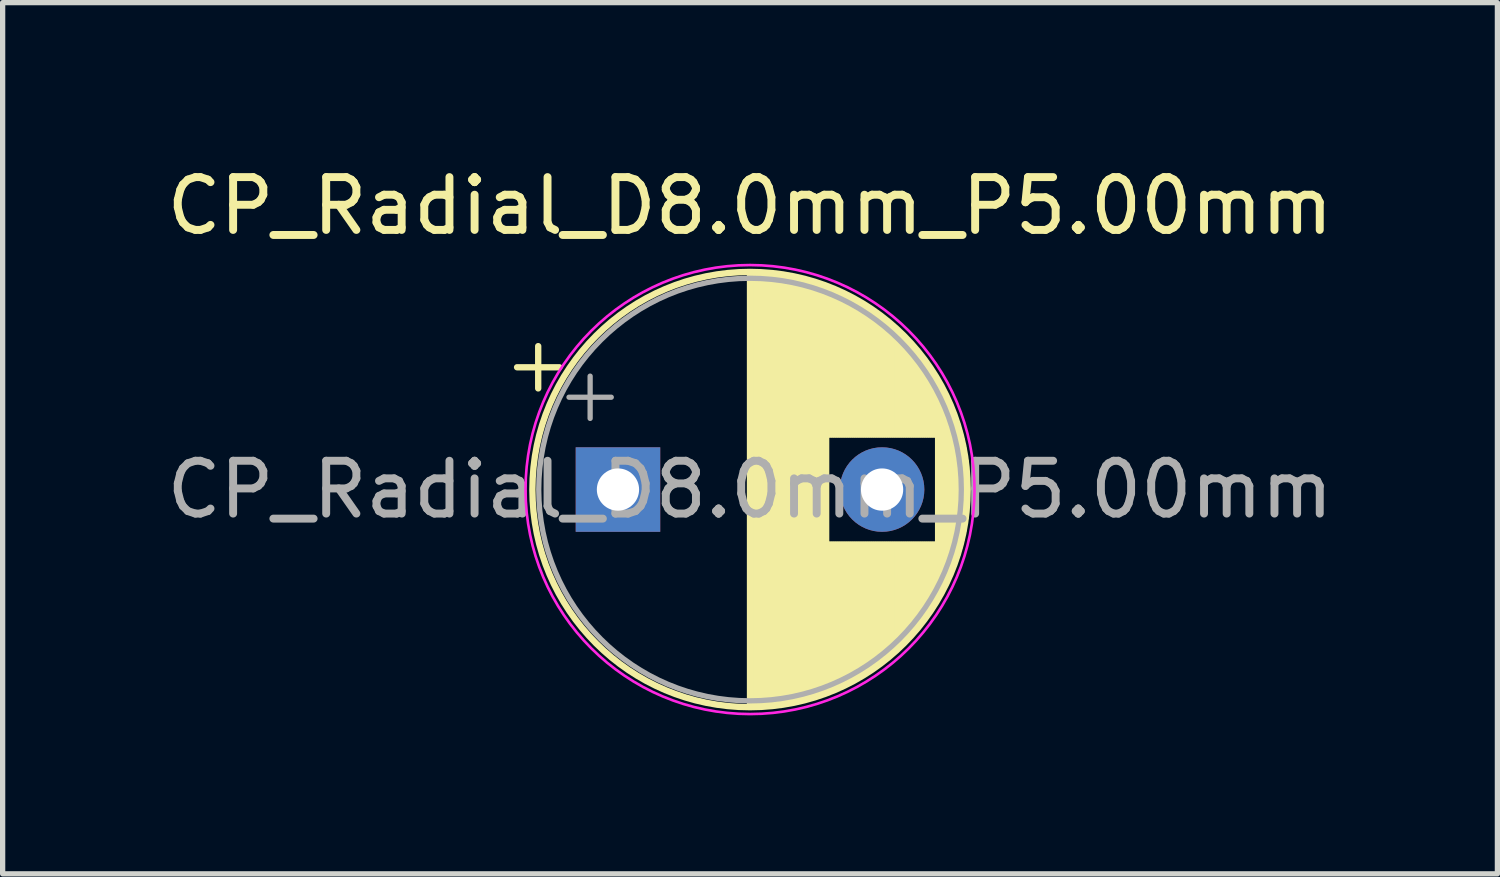
<source format=kicad_pcb>
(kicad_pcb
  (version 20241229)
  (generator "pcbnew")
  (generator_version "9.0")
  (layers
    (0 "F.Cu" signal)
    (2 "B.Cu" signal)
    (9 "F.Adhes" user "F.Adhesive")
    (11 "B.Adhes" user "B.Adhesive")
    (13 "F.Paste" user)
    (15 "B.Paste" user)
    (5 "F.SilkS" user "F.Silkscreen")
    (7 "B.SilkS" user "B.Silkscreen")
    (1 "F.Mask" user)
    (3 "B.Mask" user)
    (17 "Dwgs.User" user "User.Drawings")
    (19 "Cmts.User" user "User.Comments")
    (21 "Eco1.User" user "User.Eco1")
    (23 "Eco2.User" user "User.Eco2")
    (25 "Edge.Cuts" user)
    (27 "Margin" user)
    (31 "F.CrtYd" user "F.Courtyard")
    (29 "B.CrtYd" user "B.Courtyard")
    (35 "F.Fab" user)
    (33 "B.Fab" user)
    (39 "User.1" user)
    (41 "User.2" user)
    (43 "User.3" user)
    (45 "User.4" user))
  (footprint "CP_Radial_D8.0mm_P5.00mm"
    (layer "F.Cu")
    (at 8.649 6.218)
    (property "Reference" "CP_Radial_D8.0mm_P5.00mm" (at 2.5 -5.37 0) (layer "F.SilkS") (effects (font (size 1 1) (thickness 0.15))))
    (attr through_hole)
    (fp_line (start -1.91 -2.315) (end -1.11 -2.315) (stroke (width 0.12) (type solid)) (layer "F.SilkS"))
    (fp_line (start -1.51 -2.715) (end -1.51 -1.915) (stroke (width 0.12) (type solid)) (layer "F.SilkS"))
    (fp_line (start 2.5 -4.08) (end 2.5 4.08) (stroke (width 0.12) (type solid)) (layer "F.SilkS"))
    (fp_line (start 2.54 -4.08) (end 2.54 4.08) (stroke (width 0.12) (type solid)) (layer "F.SilkS"))
    (fp_line (start 2.58 -4.08) (end 2.58 4.08) (stroke (width 0.12) (type solid)) (layer "F.SilkS"))
    (fp_line (start 2.62 -4.079) (end 2.62 4.079) (stroke (width 0.12) (type solid)) (layer "F.SilkS"))
    (fp_line (start 2.66 -4.077) (end 2.66 4.077) (stroke (width 0.12) (type solid)) (layer "F.SilkS"))
    (fp_line (start 2.7 -4.076) (end 2.7 4.076) (stroke (width 0.12) (type solid)) (layer "F.SilkS"))
    (fp_line (start 2.74 -4.074) (end 2.74 4.074) (stroke (width 0.12) (type solid)) (layer "F.SilkS"))
    (fp_line (start 2.78 -4.071) (end 2.78 4.071) (stroke (width 0.12) (type solid)) (layer "F.SilkS"))
    (fp_line (start 2.82 -4.068) (end 2.82 4.068) (stroke (width 0.12) (type solid)) (layer "F.SilkS"))
    (fp_line (start 2.86 -4.065) (end 2.86 4.065) (stroke (width 0.12) (type solid)) (layer "F.SilkS"))
    (fp_line (start 2.9 -4.061) (end 2.9 4.061) (stroke (width 0.12) (type solid)) (layer "F.SilkS"))
    (fp_line (start 2.94 -4.057) (end 2.94 4.057) (stroke (width 0.12) (type solid)) (layer "F.SilkS"))
    (fp_line (start 2.98 -4.052) (end 2.98 4.052) (stroke (width 0.12) (type solid)) (layer "F.SilkS"))
    (fp_line (start 3.02 -4.048) (end 3.02 4.048) (stroke (width 0.12) (type solid)) (layer "F.SilkS"))
    (fp_line (start 3.06 -4.042) (end 3.06 4.042) (stroke (width 0.12) (type solid)) (layer "F.SilkS"))
    (fp_line (start 3.1 -4.037) (end 3.1 4.037) (stroke (width 0.12) (type solid)) (layer "F.SilkS"))
    (fp_line (start 3.14 -4.03) (end 3.14 4.03) (stroke (width 0.12) (type solid)) (layer "F.SilkS"))
    (fp_line (start 3.18 -4.024) (end 3.18 4.024) (stroke (width 0.12) (type solid)) (layer "F.SilkS"))
    (fp_line (start 3.221 -4.017) (end 3.221 4.017) (stroke (width 0.12) (type solid)) (layer "F.SilkS"))
    (fp_line (start 3.261 -4.01) (end 3.261 4.01) (stroke (width 0.12) (type solid)) (layer "F.SilkS"))
    (fp_line (start 3.301 -4.002) (end 3.301 4.002) (stroke (width 0.12) (type solid)) (layer "F.SilkS"))
    (fp_line (start 3.341 -3.994) (end 3.341 3.994) (stroke (width 0.12) (type solid)) (layer "F.SilkS"))
    (fp_line (start 3.381 -3.985) (end 3.381 3.985) (stroke (width 0.12) (type solid)) (layer "F.SilkS"))
    (fp_line (start 3.421 -3.976) (end 3.421 3.976) (stroke (width 0.12) (type solid)) (layer "F.SilkS"))
    (fp_line (start 3.461 -3.967) (end 3.461 3.967) (stroke (width 0.12) (type solid)) (layer "F.SilkS"))
    (fp_line (start 3.501 -3.957) (end 3.501 3.957) (stroke (width 0.12) (type solid)) (layer "F.SilkS"))
    (fp_line (start 3.541 -3.947) (end 3.541 3.947) (stroke (width 0.12) (type solid)) (layer "F.SilkS"))
    (fp_line (start 3.581 -3.936) (end 3.581 3.936) (stroke (width 0.12) (type solid)) (layer "F.SilkS"))
    (fp_line (start 3.621 -3.925) (end 3.621 3.925) (stroke (width 0.12) (type solid)) (layer "F.SilkS"))
    (fp_line (start 3.661 -3.914) (end 3.661 3.914) (stroke (width 0.12) (type solid)) (layer "F.SilkS"))
    (fp_line (start 3.701 -3.902) (end 3.701 3.902) (stroke (width 0.12) (type solid)) (layer "F.SilkS"))
    (fp_line (start 3.741 -3.889) (end 3.741 3.889) (stroke (width 0.12) (type solid)) (layer "F.SilkS"))
    (fp_line (start 3.781 -3.877) (end 3.781 3.877) (stroke (width 0.12) (type solid)) (layer "F.SilkS"))
    (fp_line (start 3.821 -3.863) (end 3.821 3.863) (stroke (width 0.12) (type solid)) (layer "F.SilkS"))
    (fp_line (start 3.861 -3.85) (end 3.861 3.85) (stroke (width 0.12) (type solid)) (layer "F.SilkS"))
    (fp_line (start 3.901 -3.835) (end 3.901 3.835) (stroke (width 0.12) (type solid)) (layer "F.SilkS"))
    (fp_line (start 3.941 -3.821) (end 3.941 3.821) (stroke (width 0.12) (type solid)) (layer "F.SilkS"))
    (fp_line (start 3.981 -3.805) (end 3.981 -1.04) (stroke (width 0.12) (type solid)) (layer "F.SilkS"))
    (fp_line (start 3.981 1.04) (end 3.981 3.805) (stroke (width 0.12) (type solid)) (layer "F.SilkS"))
    (fp_line (start 4.021 -3.79) (end 4.021 -1.04) (stroke (width 0.12) (type solid)) (layer "F.SilkS"))
    (fp_line (start 4.021 1.04) (end 4.021 3.79) (stroke (width 0.12) (type solid)) (layer "F.SilkS"))
    (fp_line (start 4.061 -3.774) (end 4.061 -1.04) (stroke (width 0.12) (type solid)) (layer "F.SilkS"))
    (fp_line (start 4.061 1.04) (end 4.061 3.774) (stroke (width 0.12) (type solid)) (layer "F.SilkS"))
    (fp_line (start 4.101 -3.757) (end 4.101 -1.04) (stroke (width 0.12) (type solid)) (layer "F.SilkS"))
    (fp_line (start 4.101 1.04) (end 4.101 3.757) (stroke (width 0.12) (type solid)) (layer "F.SilkS"))
    (fp_line (start 4.141 -3.74) (end 4.141 -1.04) (stroke (width 0.12) (type solid)) (layer "F.SilkS"))
    (fp_line (start 4.141 1.04) (end 4.141 3.74) (stroke (width 0.12) (type solid)) (layer "F.SilkS"))
    (fp_line (start 4.181 -3.722) (end 4.181 -1.04) (stroke (width 0.12) (type solid)) (layer "F.SilkS"))
    (fp_line (start 4.181 1.04) (end 4.181 3.722) (stroke (width 0.12) (type solid)) (layer "F.SilkS"))
    (fp_line (start 4.221 -3.704) (end 4.221 -1.04) (stroke (width 0.12) (type solid)) (layer "F.SilkS"))
    (fp_line (start 4.221 1.04) (end 4.221 3.704) (stroke (width 0.12) (type solid)) (layer "F.SilkS"))
    (fp_line (start 4.261 -3.686) (end 4.261 -1.04) (stroke (width 0.12) (type solid)) (layer "F.SilkS"))
    (fp_line (start 4.261 1.04) (end 4.261 3.686) (stroke (width 0.12) (type solid)) (layer "F.SilkS"))
    (fp_line (start 4.301 -3.666) (end 4.301 -1.04) (stroke (width 0.12) (type solid)) (layer "F.SilkS"))
    (fp_line (start 4.301 1.04) (end 4.301 3.666) (stroke (width 0.12) (type solid)) (layer "F.SilkS"))
    (fp_line (start 4.341 -3.647) (end 4.341 -1.04) (stroke (width 0.12) (type solid)) (layer "F.SilkS"))
    (fp_line (start 4.341 1.04) (end 4.341 3.647) (stroke (width 0.12) (type solid)) (layer "F.SilkS"))
    (fp_line (start 4.381 -3.627) (end 4.381 -1.04) (stroke (width 0.12) (type solid)) (layer "F.SilkS"))
    (fp_line (start 4.381 1.04) (end 4.381 3.627) (stroke (width 0.12) (type solid)) (layer "F.SilkS"))
    (fp_line (start 4.421 -3.606) (end 4.421 -1.04) (stroke (width 0.12) (type solid)) (layer "F.SilkS"))
    (fp_line (start 4.421 1.04) (end 4.421 3.606) (stroke (width 0.12) (type solid)) (layer "F.SilkS"))
    (fp_line (start 4.461 -3.584) (end 4.461 -1.04) (stroke (width 0.12) (type solid)) (layer "F.SilkS"))
    (fp_line (start 4.461 1.04) (end 4.461 3.584) (stroke (width 0.12) (type solid)) (layer "F.SilkS"))
    (fp_line (start 4.501 -3.562) (end 4.501 -1.04) (stroke (width 0.12) (type solid)) (layer "F.SilkS"))
    (fp_line (start 4.501 1.04) (end 4.501 3.562) (stroke (width 0.12) (type solid)) (layer "F.SilkS"))
    (fp_line (start 4.541 -3.54) (end 4.541 -1.04) (stroke (width 0.12) (type solid)) (layer "F.SilkS"))
    (fp_line (start 4.541 1.04) (end 4.541 3.54) (stroke (width 0.12) (type solid)) (layer "F.SilkS"))
    (fp_line (start 4.581 -3.517) (end 4.581 -1.04) (stroke (width 0.12) (type solid)) (layer "F.SilkS"))
    (fp_line (start 4.581 1.04) (end 4.581 3.517) (stroke (width 0.12) (type solid)) (layer "F.SilkS"))
    (fp_line (start 4.621 -3.493) (end 4.621 -1.04) (stroke (width 0.12) (type solid)) (layer "F.SilkS"))
    (fp_line (start 4.621 1.04) (end 4.621 3.493) (stroke (width 0.12) (type solid)) (layer "F.SilkS"))
    (fp_line (start 4.661 -3.469) (end 4.661 -1.04) (stroke (width 0.12) (type solid)) (layer "F.SilkS"))
    (fp_line (start 4.661 1.04) (end 4.661 3.469) (stroke (width 0.12) (type solid)) (layer "F.SilkS"))
    (fp_line (start 4.701 -3.444) (end 4.701 -1.04) (stroke (width 0.12) (type solid)) (layer "F.SilkS"))
    (fp_line (start 4.701 1.04) (end 4.701 3.444) (stroke (width 0.12) (type solid)) (layer "F.SilkS"))
    (fp_line (start 4.741 -3.418) (end 4.741 -1.04) (stroke (width 0.12) (type solid)) (layer "F.SilkS"))
    (fp_line (start 4.741 1.04) (end 4.741 3.418) (stroke (width 0.12) (type solid)) (layer "F.SilkS"))
    (fp_line (start 4.781 -3.392) (end 4.781 -1.04) (stroke (width 0.12) (type solid)) (layer "F.SilkS"))
    (fp_line (start 4.781 1.04) (end 4.781 3.392) (stroke (width 0.12) (type solid)) (layer "F.SilkS"))
    (fp_line (start 4.821 -3.365) (end 4.821 -1.04) (stroke (width 0.12) (type solid)) (layer "F.SilkS"))
    (fp_line (start 4.821 1.04) (end 4.821 3.365) (stroke (width 0.12) (type solid)) (layer "F.SilkS"))
    (fp_line (start 4.861 -3.338) (end 4.861 -1.04) (stroke (width 0.12) (type solid)) (layer "F.SilkS"))
    (fp_line (start 4.861 1.04) (end 4.861 3.338) (stroke (width 0.12) (type solid)) (layer "F.SilkS"))
    (fp_line (start 4.901 -3.309) (end 4.901 -1.04) (stroke (width 0.12) (type solid)) (layer "F.SilkS"))
    (fp_line (start 4.901 1.04) (end 4.901 3.309) (stroke (width 0.12) (type solid)) (layer "F.SilkS"))
    (fp_line (start 4.941 -3.28) (end 4.941 -1.04) (stroke (width 0.12) (type solid)) (layer "F.SilkS"))
    (fp_line (start 4.941 1.04) (end 4.941 3.28) (stroke (width 0.12) (type solid)) (layer "F.SilkS"))
    (fp_line (start 4.981 -3.25) (end 4.981 -1.04) (stroke (width 0.12) (type solid)) (layer "F.SilkS"))
    (fp_line (start 4.981 1.04) (end 4.981 3.25) (stroke (width 0.12) (type solid)) (layer "F.SilkS"))
    (fp_line (start 5.021 -3.22) (end 5.021 -1.04) (stroke (width 0.12) (type solid)) (layer "F.SilkS"))
    (fp_line (start 5.021 1.04) (end 5.021 3.22) (stroke (width 0.12) (type solid)) (layer "F.SilkS"))
    (fp_line (start 5.061 -3.189) (end 5.061 -1.04) (stroke (width 0.12) (type solid)) (layer "F.SilkS"))
    (fp_line (start 5.061 1.04) (end 5.061 3.189) (stroke (width 0.12) (type solid)) (layer "F.SilkS"))
    (fp_line (start 5.101 -3.156) (end 5.101 -1.04) (stroke (width 0.12) (type solid)) (layer "F.SilkS"))
    (fp_line (start 5.101 1.04) (end 5.101 3.156) (stroke (width 0.12) (type solid)) (layer "F.SilkS"))
    (fp_line (start 5.141 -3.124) (end 5.141 -1.04) (stroke (width 0.12) (type solid)) (layer "F.SilkS"))
    (fp_line (start 5.141 1.04) (end 5.141 3.124) (stroke (width 0.12) (type solid)) (layer "F.SilkS"))
    (fp_line (start 5.181 -3.09) (end 5.181 -1.04) (stroke (width 0.12) (type solid)) (layer "F.SilkS"))
    (fp_line (start 5.181 1.04) (end 5.181 3.09) (stroke (width 0.12) (type solid)) (layer "F.SilkS"))
    (fp_line (start 5.221 -3.055) (end 5.221 -1.04) (stroke (width 0.12) (type solid)) (layer "F.SilkS"))
    (fp_line (start 5.221 1.04) (end 5.221 3.055) (stroke (width 0.12) (type solid)) (layer "F.SilkS"))
    (fp_line (start 5.261 -3.019) (end 5.261 -1.04) (stroke (width 0.12) (type solid)) (layer "F.SilkS"))
    (fp_line (start 5.261 1.04) (end 5.261 3.019) (stroke (width 0.12) (type solid)) (layer "F.SilkS"))
    (fp_line (start 5.301 -2.983) (end 5.301 -1.04) (stroke (width 0.12) (type solid)) (layer "F.SilkS"))
    (fp_line (start 5.301 1.04) (end 5.301 2.983) (stroke (width 0.12) (type solid)) (layer "F.SilkS"))
    (fp_line (start 5.341 -2.945) (end 5.341 -1.04) (stroke (width 0.12) (type solid)) (layer "F.SilkS"))
    (fp_line (start 5.341 1.04) (end 5.341 2.945) (stroke (width 0.12) (type solid)) (layer "F.SilkS"))
    (fp_line (start 5.381 -2.907) (end 5.381 -1.04) (stroke (width 0.12) (type solid)) (layer "F.SilkS"))
    (fp_line (start 5.381 1.04) (end 5.381 2.907) (stroke (width 0.12) (type solid)) (layer "F.SilkS"))
    (fp_line (start 5.421 -2.867) (end 5.421 -1.04) (stroke (width 0.12) (type solid)) (layer "F.SilkS"))
    (fp_line (start 5.421 1.04) (end 5.421 2.867) (stroke (width 0.12) (type solid)) (layer "F.SilkS"))
    (fp_line (start 5.461 -2.826) (end 5.461 -1.04) (stroke (width 0.12) (type solid)) (layer "F.SilkS"))
    (fp_line (start 5.461 1.04) (end 5.461 2.826) (stroke (width 0.12) (type solid)) (layer "F.SilkS"))
    (fp_line (start 5.501 -2.784) (end 5.501 -1.04) (stroke (width 0.12) (type solid)) (layer "F.SilkS"))
    (fp_line (start 5.501 1.04) (end 5.501 2.784) (stroke (width 0.12) (type solid)) (layer "F.SilkS"))
    (fp_line (start 5.541 -2.741) (end 5.541 -1.04) (stroke (width 0.12) (type solid)) (layer "F.SilkS"))
    (fp_line (start 5.541 1.04) (end 5.541 2.741) (stroke (width 0.12) (type solid)) (layer "F.SilkS"))
    (fp_line (start 5.581 -2.697) (end 5.581 -1.04) (stroke (width 0.12) (type solid)) (layer "F.SilkS"))
    (fp_line (start 5.581 1.04) (end 5.581 2.697) (stroke (width 0.12) (type solid)) (layer "F.SilkS"))
    (fp_line (start 5.621 -2.651) (end 5.621 -1.04) (stroke (width 0.12) (type solid)) (layer "F.SilkS"))
    (fp_line (start 5.621 1.04) (end 5.621 2.651) (stroke (width 0.12) (type solid)) (layer "F.SilkS"))
    (fp_line (start 5.661 -2.604) (end 5.661 -1.04) (stroke (width 0.12) (type solid)) (layer "F.SilkS"))
    (fp_line (start 5.661 1.04) (end 5.661 2.604) (stroke (width 0.12) (type solid)) (layer "F.SilkS"))
    (fp_line (start 5.701 -2.556) (end 5.701 -1.04) (stroke (width 0.12) (type solid)) (layer "F.SilkS"))
    (fp_line (start 5.701 1.04) (end 5.701 2.556) (stroke (width 0.12) (type solid)) (layer "F.SilkS"))
    (fp_line (start 5.741 -2.505) (end 5.741 -1.04) (stroke (width 0.12) (type solid)) (layer "F.SilkS"))
    (fp_line (start 5.741 1.04) (end 5.741 2.505) (stroke (width 0.12) (type solid)) (layer "F.SilkS"))
    (fp_line (start 5.781 -2.454) (end 5.781 -1.04) (stroke (width 0.12) (type solid)) (layer "F.SilkS"))
    (fp_line (start 5.781 1.04) (end 5.781 2.454) (stroke (width 0.12) (type solid)) (layer "F.SilkS"))
    (fp_line (start 5.821 -2.4) (end 5.821 -1.04) (stroke (width 0.12) (type solid)) (layer "F.SilkS"))
    (fp_line (start 5.821 1.04) (end 5.821 2.4) (stroke (width 0.12) (type solid)) (layer "F.SilkS"))
    (fp_line (start 5.861 -2.345) (end 5.861 -1.04) (stroke (width 0.12) (type solid)) (layer "F.SilkS"))
    (fp_line (start 5.861 1.04) (end 5.861 2.345) (stroke (width 0.12) (type solid)) (layer "F.SilkS"))
    (fp_line (start 5.901 -2.287) (end 5.901 -1.04) (stroke (width 0.12) (type solid)) (layer "F.SilkS"))
    (fp_line (start 5.901 1.04) (end 5.901 2.287) (stroke (width 0.12) (type solid)) (layer "F.SilkS"))
    (fp_line (start 5.941 -2.228) (end 5.941 -1.04) (stroke (width 0.12) (type solid)) (layer "F.SilkS"))
    (fp_line (start 5.941 1.04) (end 5.941 2.228) (stroke (width 0.12) (type solid)) (layer "F.SilkS"))
    (fp_line (start 5.981 -2.166) (end 5.981 -1.04) (stroke (width 0.12) (type solid)) (layer "F.SilkS"))
    (fp_line (start 5.981 1.04) (end 5.981 2.166) (stroke (width 0.12) (type solid)) (layer "F.SilkS"))
    (fp_line (start 6.021 -2.102) (end 6.021 -1.04) (stroke (width 0.12) (type solid)) (layer "F.SilkS"))
    (fp_line (start 6.021 1.04) (end 6.021 2.102) (stroke (width 0.12) (type solid)) (layer "F.SilkS"))
    (fp_line (start 6.061 -2.034) (end 6.061 2.034) (stroke (width 0.12) (type solid)) (layer "F.SilkS"))
    (fp_line (start 6.101 -1.964) (end 6.101 1.964) (stroke (width 0.12) (type solid)) (layer "F.SilkS"))
    (fp_line (start 6.141 -1.89) (end 6.141 1.89) (stroke (width 0.12) (type solid)) (layer "F.SilkS"))
    (fp_line (start 6.181 -1.813) (end 6.181 1.813) (stroke (width 0.12) (type solid)) (layer "F.SilkS"))
    (fp_line (start 6.221 -1.731) (end 6.221 1.731) (stroke (width 0.12) (type solid)) (layer "F.SilkS"))
    (fp_line (start 6.261 -1.645) (end 6.261 1.645) (stroke (width 0.12) (type solid)) (layer "F.SilkS"))
    (fp_line (start 6.301 -1.552) (end 6.301 1.552) (stroke (width 0.12) (type solid)) (layer "F.SilkS"))
    (fp_line (start 6.341 -1.453) (end 6.341 1.453) (stroke (width 0.12) (type solid)) (layer "F.SilkS"))
    (fp_line (start 6.381 -1.346) (end 6.381 1.346) (stroke (width 0.12) (type solid)) (layer "F.SilkS"))
    (fp_line (start 6.421 -1.229) (end 6.421 1.229) (stroke (width 0.12) (type solid)) (layer "F.SilkS"))
    (fp_line (start 6.461 -1.098) (end 6.461 1.098) (stroke (width 0.12) (type solid)) (layer "F.SilkS"))
    (fp_line (start 6.501 -0.948) (end 6.501 0.948) (stroke (width 0.12) (type solid)) (layer "F.SilkS"))
    (fp_line (start 6.541 -0.768) (end 6.541 0.768) (stroke (width 0.12) (type solid)) (layer "F.SilkS"))
    (fp_line (start 6.581 -0.533) (end 6.581 0.533) (stroke (width 0.12) (type solid)) (layer "F.SilkS"))
    (fp_circle (center 2.5 0) (end 6.62 0) (stroke (width 0.12) (type solid)) (fill no) (layer "F.SilkS"))
    (fp_circle (center 2.5 0) (end 6.75 0) (stroke (width 0.05) (type solid)) (fill no) (layer "F.CrtYd"))
    (fp_line (start -0.927 -1.748) (end -0.127 -1.748) (stroke (width 0.1) (type solid)) (layer "F.Fab"))
    (fp_line (start -0.527 -2.147) (end -0.527 -1.347) (stroke (width 0.1) (type solid)) (layer "F.Fab"))
    (fp_circle (center 2.5 0) (end 6.5 0) (stroke (width 0.1) (type solid)) (fill no) (layer "F.Fab"))
    (fp_text user "${REFERENCE}" (at 2.5 0 0) (layer "F.Fab") (effects (font (size 1 1) (thickness 0.15))))
    (pad "1" thru_hole rect (at 0 0) (size 1.6 1.6) (drill 0.8) (layers "*.Cu" "*.Mask"))
    (pad "2" thru_hole circle (at 5 0) (size 1.6 1.6) (drill 0.8) (layers "*.Cu" "*.Mask")))
  (gr_rect
    (start -3 -3)
    (end 25.298 13.493)
    (stroke (width 0.1) (type default))
    (fill no)
    (layer "Edge.Cuts")))
</source>
